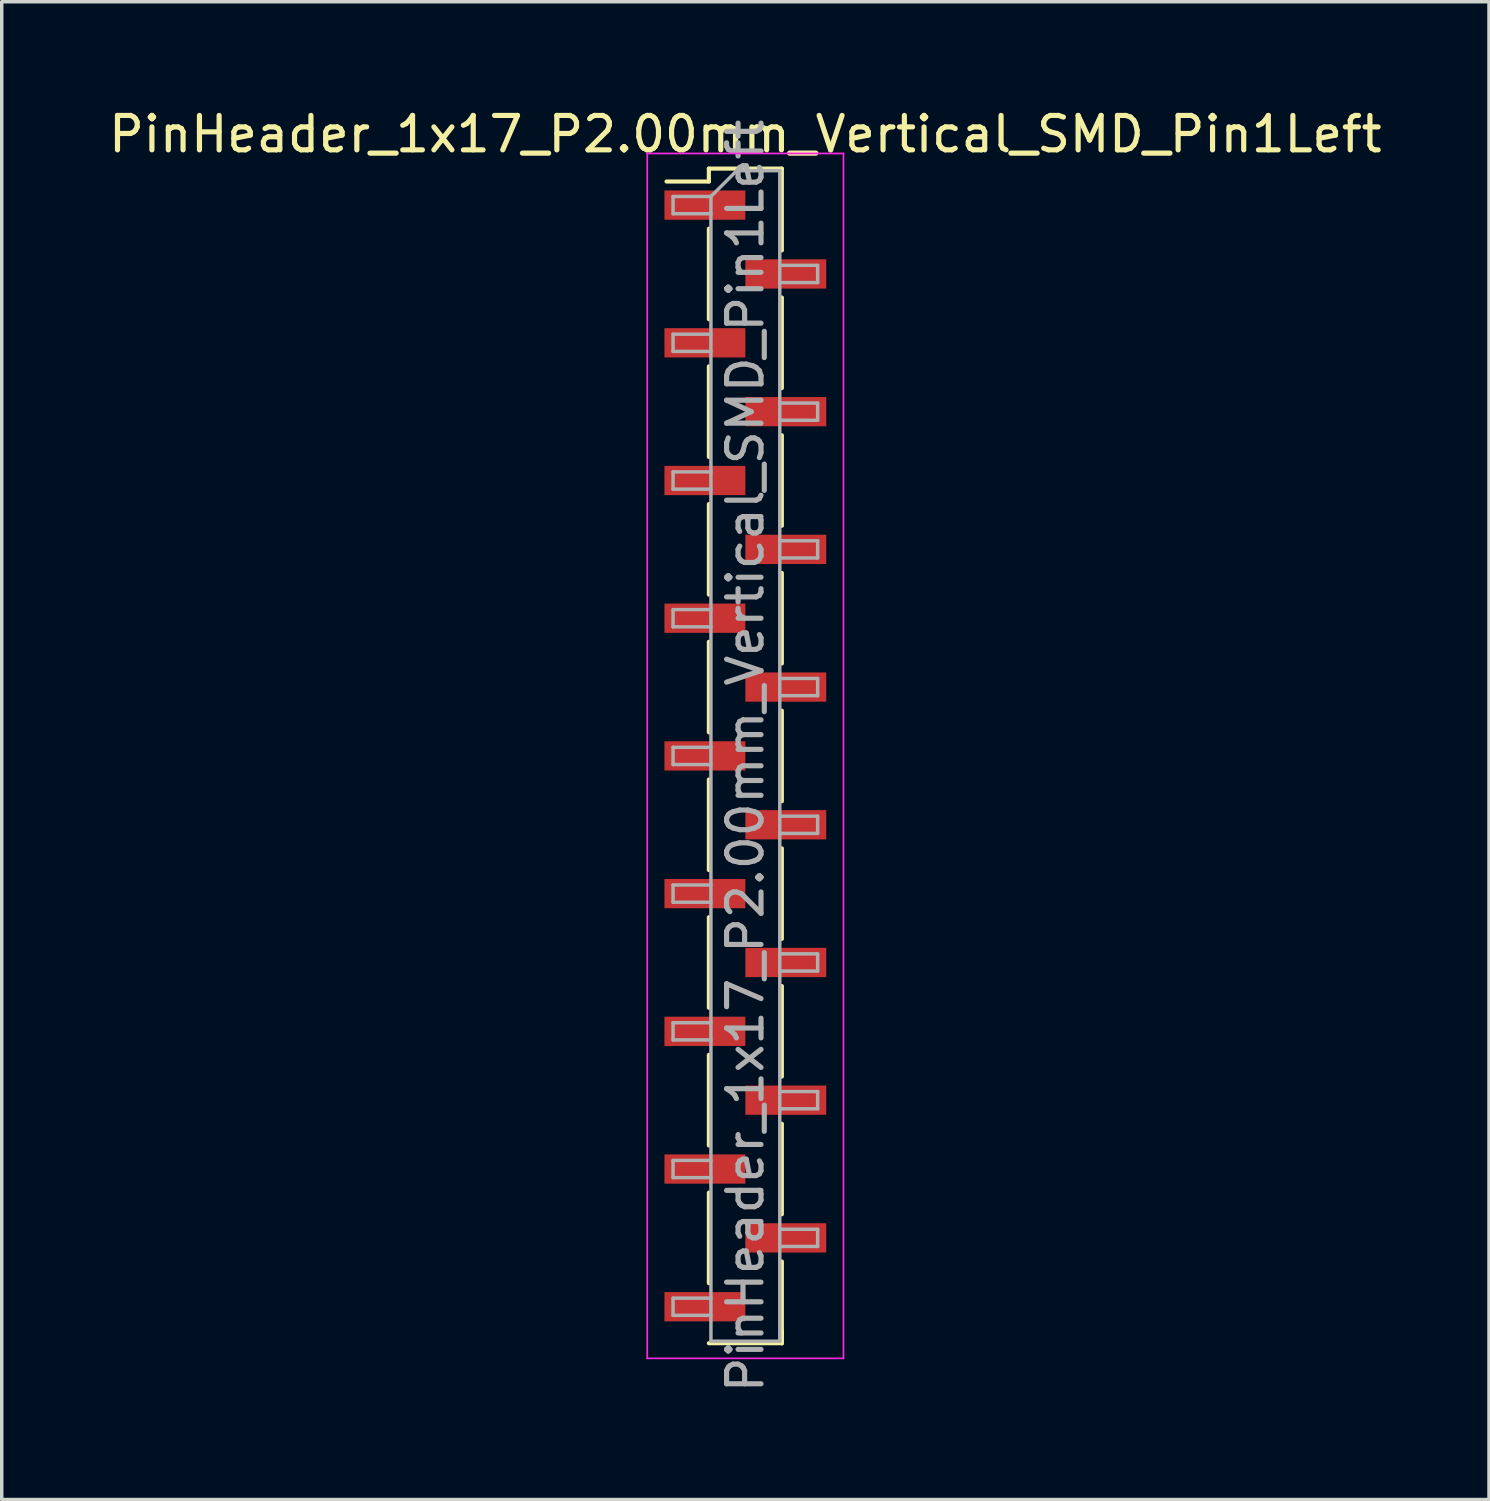
<source format=kicad_pcb>
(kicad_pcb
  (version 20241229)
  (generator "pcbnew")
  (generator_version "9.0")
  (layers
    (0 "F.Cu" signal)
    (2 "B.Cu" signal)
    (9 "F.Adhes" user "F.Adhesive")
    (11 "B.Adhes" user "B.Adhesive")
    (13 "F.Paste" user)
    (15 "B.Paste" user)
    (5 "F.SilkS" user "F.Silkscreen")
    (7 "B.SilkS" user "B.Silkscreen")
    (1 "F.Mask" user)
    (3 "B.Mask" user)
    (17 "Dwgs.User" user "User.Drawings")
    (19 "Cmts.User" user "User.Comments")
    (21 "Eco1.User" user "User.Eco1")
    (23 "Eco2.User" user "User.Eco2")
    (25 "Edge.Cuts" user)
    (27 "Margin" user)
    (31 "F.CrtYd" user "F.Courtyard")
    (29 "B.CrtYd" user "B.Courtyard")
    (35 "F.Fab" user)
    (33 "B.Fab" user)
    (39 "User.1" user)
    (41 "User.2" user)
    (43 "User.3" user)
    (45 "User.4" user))
  (footprint "PinHeader_1x17_P2.00mm_Vertical_SMD_Pin1Left"
    (layer "F.Cu")
    (at 18.601 18.908)
    (property "Reference" "PinHeader_1x17_P2.00mm_Vertical_SMD_Pin1Left" (at 0 -18.06 0) (layer "F.SilkS") (effects (font (size 1 1) (thickness 0.15))))
    (attr smd)
    (fp_line (start -1.06 -17.06) (end -1.06 -16.685) (stroke (width 0.12) (type solid)) (layer "F.SilkS"))
    (fp_line (start -1.06 -17.06) (end 1.06 -17.06) (stroke (width 0.12) (type solid)) (layer "F.SilkS"))
    (fp_line (start -1.06 -16.685) (end -2.29 -16.685) (stroke (width 0.12) (type solid)) (layer "F.SilkS"))
    (fp_line (start -1.06 -15.315) (end -1.06 -12.685) (stroke (width 0.12) (type solid)) (layer "F.SilkS"))
    (fp_line (start -1.06 -11.315) (end -1.06 -8.685) (stroke (width 0.12) (type solid)) (layer "F.SilkS"))
    (fp_line (start -1.06 -7.315) (end -1.06 -4.685) (stroke (width 0.12) (type solid)) (layer "F.SilkS"))
    (fp_line (start -1.06 -3.315) (end -1.06 -0.685) (stroke (width 0.12) (type solid)) (layer "F.SilkS"))
    (fp_line (start -1.06 0.685) (end -1.06 3.315) (stroke (width 0.12) (type solid)) (layer "F.SilkS"))
    (fp_line (start -1.06 4.685) (end -1.06 7.315) (stroke (width 0.12) (type solid)) (layer "F.SilkS"))
    (fp_line (start -1.06 8.685) (end -1.06 11.315) (stroke (width 0.12) (type solid)) (layer "F.SilkS"))
    (fp_line (start -1.06 12.685) (end -1.06 15.315) (stroke (width 0.12) (type solid)) (layer "F.SilkS"))
    (fp_line (start -1.06 17.06) (end 1.06 17.06) (stroke (width 0.12) (type solid)) (layer "F.SilkS"))
    (fp_line (start 1.06 -17.06) (end 1.06 -14.685) (stroke (width 0.12) (type solid)) (layer "F.SilkS"))
    (fp_line (start 1.06 -13.315) (end 1.06 -10.685) (stroke (width 0.12) (type solid)) (layer "F.SilkS"))
    (fp_line (start 1.06 -9.315) (end 1.06 -6.685) (stroke (width 0.12) (type solid)) (layer "F.SilkS"))
    (fp_line (start 1.06 -5.315) (end 1.06 -2.685) (stroke (width 0.12) (type solid)) (layer "F.SilkS"))
    (fp_line (start 1.06 -1.315) (end 1.06 1.315) (stroke (width 0.12) (type solid)) (layer "F.SilkS"))
    (fp_line (start 1.06 2.685) (end 1.06 5.315) (stroke (width 0.12) (type solid)) (layer "F.SilkS"))
    (fp_line (start 1.06 6.685) (end 1.06 9.315) (stroke (width 0.12) (type solid)) (layer "F.SilkS"))
    (fp_line (start 1.06 10.685) (end 1.06 13.315) (stroke (width 0.12) (type solid)) (layer "F.SilkS"))
    (fp_line (start 1.06 14.685) (end 1.06 17.06) (stroke (width 0.12) (type solid)) (layer "F.SilkS"))
    (fp_line (start 1.06 16.685) (end 1.06 17.06) (stroke (width 0.12) (type solid)) (layer "F.SilkS"))
    (fp_line (start -2.85 -17.5) (end -2.85 17.5) (stroke (width 0.05) (type solid)) (layer "F.CrtYd"))
    (fp_line (start -2.85 17.5) (end 2.85 17.5) (stroke (width 0.05) (type solid)) (layer "F.CrtYd"))
    (fp_line (start 2.85 -17.5) (end -2.85 -17.5) (stroke (width 0.05) (type solid)) (layer "F.CrtYd"))
    (fp_line (start 2.85 17.5) (end 2.85 -17.5) (stroke (width 0.05) (type solid)) (layer "F.CrtYd"))
    (fp_line (start -2.1 -16.25) (end -2.1 -15.75) (stroke (width 0.1) (type solid)) (layer "F.Fab"))
    (fp_line (start -2.1 -15.75) (end -1 -15.75) (stroke (width 0.1) (type solid)) (layer "F.Fab"))
    (fp_line (start -2.1 -12.25) (end -2.1 -11.75) (stroke (width 0.1) (type solid)) (layer "F.Fab"))
    (fp_line (start -2.1 -11.75) (end -1 -11.75) (stroke (width 0.1) (type solid)) (layer "F.Fab"))
    (fp_line (start -2.1 -8.25) (end -2.1 -7.75) (stroke (width 0.1) (type solid)) (layer "F.Fab"))
    (fp_line (start -2.1 -7.75) (end -1 -7.75) (stroke (width 0.1) (type solid)) (layer "F.Fab"))
    (fp_line (start -2.1 -4.25) (end -2.1 -3.75) (stroke (width 0.1) (type solid)) (layer "F.Fab"))
    (fp_line (start -2.1 -3.75) (end -1 -3.75) (stroke (width 0.1) (type solid)) (layer "F.Fab"))
    (fp_line (start -2.1 -0.25) (end -2.1 0.25) (stroke (width 0.1) (type solid)) (layer "F.Fab"))
    (fp_line (start -2.1 0.25) (end -1 0.25) (stroke (width 0.1) (type solid)) (layer "F.Fab"))
    (fp_line (start -2.1 3.75) (end -2.1 4.25) (stroke (width 0.1) (type solid)) (layer "F.Fab"))
    (fp_line (start -2.1 4.25) (end -1 4.25) (stroke (width 0.1) (type solid)) (layer "F.Fab"))
    (fp_line (start -2.1 7.75) (end -2.1 8.25) (stroke (width 0.1) (type solid)) (layer "F.Fab"))
    (fp_line (start -2.1 8.25) (end -1 8.25) (stroke (width 0.1) (type solid)) (layer "F.Fab"))
    (fp_line (start -2.1 11.75) (end -2.1 12.25) (stroke (width 0.1) (type solid)) (layer "F.Fab"))
    (fp_line (start -2.1 12.25) (end -1 12.25) (stroke (width 0.1) (type solid)) (layer "F.Fab"))
    (fp_line (start -2.1 15.75) (end -2.1 16.25) (stroke (width 0.1) (type solid)) (layer "F.Fab"))
    (fp_line (start -2.1 16.25) (end -1 16.25) (stroke (width 0.1) (type solid)) (layer "F.Fab"))
    (fp_line (start -1 -16.25) (end -2.1 -16.25) (stroke (width 0.1) (type solid)) (layer "F.Fab"))
    (fp_line (start -1 -16.25) (end -0.25 -17) (stroke (width 0.1) (type solid)) (layer "F.Fab"))
    (fp_line (start -1 -12.25) (end -2.1 -12.25) (stroke (width 0.1) (type solid)) (layer "F.Fab"))
    (fp_line (start -1 -8.25) (end -2.1 -8.25) (stroke (width 0.1) (type solid)) (layer "F.Fab"))
    (fp_line (start -1 -4.25) (end -2.1 -4.25) (stroke (width 0.1) (type solid)) (layer "F.Fab"))
    (fp_line (start -1 -0.25) (end -2.1 -0.25) (stroke (width 0.1) (type solid)) (layer "F.Fab"))
    (fp_line (start -1 3.75) (end -2.1 3.75) (stroke (width 0.1) (type solid)) (layer "F.Fab"))
    (fp_line (start -1 7.75) (end -2.1 7.75) (stroke (width 0.1) (type solid)) (layer "F.Fab"))
    (fp_line (start -1 11.75) (end -2.1 11.75) (stroke (width 0.1) (type solid)) (layer "F.Fab"))
    (fp_line (start -1 15.75) (end -2.1 15.75) (stroke (width 0.1) (type solid)) (layer "F.Fab"))
    (fp_line (start -1 17) (end -1 -16.25) (stroke (width 0.1) (type solid)) (layer "F.Fab"))
    (fp_line (start -0.25 -17) (end 1 -17) (stroke (width 0.1) (type solid)) (layer "F.Fab"))
    (fp_line (start 1 -17) (end 1 17) (stroke (width 0.1) (type solid)) (layer "F.Fab"))
    (fp_line (start 1 -14.25) (end 2.1 -14.25) (stroke (width 0.1) (type solid)) (layer "F.Fab"))
    (fp_line (start 1 -10.25) (end 2.1 -10.25) (stroke (width 0.1) (type solid)) (layer "F.Fab"))
    (fp_line (start 1 -6.25) (end 2.1 -6.25) (stroke (width 0.1) (type solid)) (layer "F.Fab"))
    (fp_line (start 1 -2.25) (end 2.1 -2.25) (stroke (width 0.1) (type solid)) (layer "F.Fab"))
    (fp_line (start 1 1.75) (end 2.1 1.75) (stroke (width 0.1) (type solid)) (layer "F.Fab"))
    (fp_line (start 1 5.75) (end 2.1 5.75) (stroke (width 0.1) (type solid)) (layer "F.Fab"))
    (fp_line (start 1 9.75) (end 2.1 9.75) (stroke (width 0.1) (type solid)) (layer "F.Fab"))
    (fp_line (start 1 13.75) (end 2.1 13.75) (stroke (width 0.1) (type solid)) (layer "F.Fab"))
    (fp_line (start 1 17) (end -1 17) (stroke (width 0.1) (type solid)) (layer "F.Fab"))
    (fp_line (start 2.1 -14.25) (end 2.1 -13.75) (stroke (width 0.1) (type solid)) (layer "F.Fab"))
    (fp_line (start 2.1 -13.75) (end 1 -13.75) (stroke (width 0.1) (type solid)) (layer "F.Fab"))
    (fp_line (start 2.1 -10.25) (end 2.1 -9.75) (stroke (width 0.1) (type solid)) (layer "F.Fab"))
    (fp_line (start 2.1 -9.75) (end 1 -9.75) (stroke (width 0.1) (type solid)) (layer "F.Fab"))
    (fp_line (start 2.1 -6.25) (end 2.1 -5.75) (stroke (width 0.1) (type solid)) (layer "F.Fab"))
    (fp_line (start 2.1 -5.75) (end 1 -5.75) (stroke (width 0.1) (type solid)) (layer "F.Fab"))
    (fp_line (start 2.1 -2.25) (end 2.1 -1.75) (stroke (width 0.1) (type solid)) (layer "F.Fab"))
    (fp_line (start 2.1 -1.75) (end 1 -1.75) (stroke (width 0.1) (type solid)) (layer "F.Fab"))
    (fp_line (start 2.1 1.75) (end 2.1 2.25) (stroke (width 0.1) (type solid)) (layer "F.Fab"))
    (fp_line (start 2.1 2.25) (end 1 2.25) (stroke (width 0.1) (type solid)) (layer "F.Fab"))
    (fp_line (start 2.1 5.75) (end 2.1 6.25) (stroke (width 0.1) (type solid)) (layer "F.Fab"))
    (fp_line (start 2.1 6.25) (end 1 6.25) (stroke (width 0.1) (type solid)) (layer "F.Fab"))
    (fp_line (start 2.1 9.75) (end 2.1 10.25) (stroke (width 0.1) (type solid)) (layer "F.Fab"))
    (fp_line (start 2.1 10.25) (end 1 10.25) (stroke (width 0.1) (type solid)) (layer "F.Fab"))
    (fp_line (start 2.1 13.75) (end 2.1 14.25) (stroke (width 0.1) (type solid)) (layer "F.Fab"))
    (fp_line (start 2.1 14.25) (end 1 14.25) (stroke (width 0.1) (type solid)) (layer "F.Fab"))
    (fp_text user "${REFERENCE}" (at 0 0 90) (layer "F.Fab") (effects (font (size 1 1) (thickness 0.15))))
    (pad "1" smd rect (at -1.175 -16) (size 2.35 0.85) (layers "F.Cu" "F.Mask" "F.Paste"))
    (pad "2" smd rect (at 1.175 -14) (size 2.35 0.85) (layers "F.Cu" "F.Mask" "F.Paste"))
    (pad "3" smd rect (at -1.175 -12) (size 2.35 0.85) (layers "F.Cu" "F.Mask" "F.Paste"))
    (pad "4" smd rect (at 1.175 -10) (size 2.35 0.85) (layers "F.Cu" "F.Mask" "F.Paste"))
    (pad "5" smd rect (at -1.175 -8) (size 2.35 0.85) (layers "F.Cu" "F.Mask" "F.Paste"))
    (pad "6" smd rect (at 1.175 -6) (size 2.35 0.85) (layers "F.Cu" "F.Mask" "F.Paste"))
    (pad "7" smd rect (at -1.175 -4) (size 2.35 0.85) (layers "F.Cu" "F.Mask" "F.Paste"))
    (pad "8" smd rect (at 1.175 -2) (size 2.35 0.85) (layers "F.Cu" "F.Mask" "F.Paste"))
    (pad "9" smd rect (at -1.175 0) (size 2.35 0.85) (layers "F.Cu" "F.Mask" "F.Paste"))
    (pad "10" smd rect (at 1.175 2) (size 2.35 0.85) (layers "F.Cu" "F.Mask" "F.Paste"))
    (pad "11" smd rect (at -1.175 4) (size 2.35 0.85) (layers "F.Cu" "F.Mask" "F.Paste"))
    (pad "12" smd rect (at 1.175 6) (size 2.35 0.85) (layers "F.Cu" "F.Mask" "F.Paste"))
    (pad "13" smd rect (at -1.175 8) (size 2.35 0.85) (layers "F.Cu" "F.Mask" "F.Paste"))
    (pad "14" smd rect (at 1.175 10) (size 2.35 0.85) (layers "F.Cu" "F.Mask" "F.Paste"))
    (pad "15" smd rect (at -1.175 12) (size 2.35 0.85) (layers "F.Cu" "F.Mask" "F.Paste"))
    (pad "16" smd rect (at 1.175 14) (size 2.35 0.85) (layers "F.Cu" "F.Mask" "F.Paste"))
    (pad "17" smd rect (at -1.175 16) (size 2.35 0.85) (layers "F.Cu" "F.Mask" "F.Paste")))
  (gr_rect
    (start -3 -3)
    (end 40.202 40.509)
    (stroke (width 0.1) (type default))
    (fill no)
    (layer "Edge.Cuts")))
</source>
